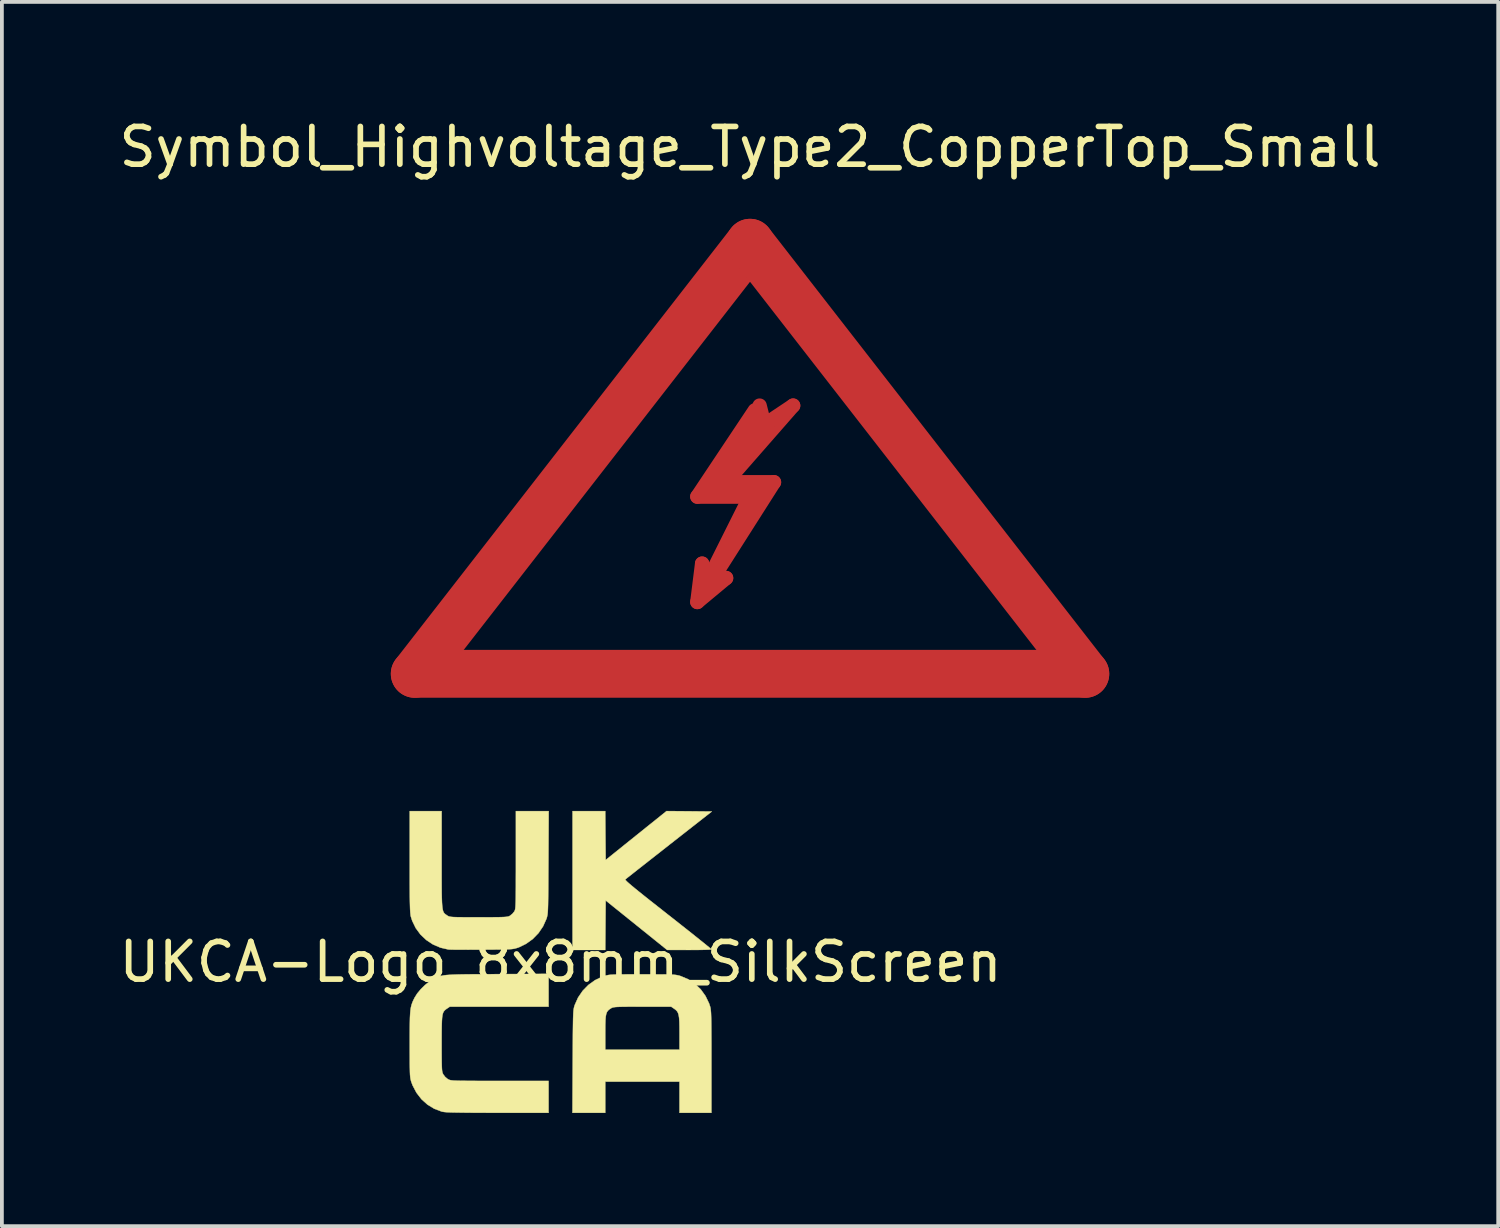
<source format=kicad_pcb>
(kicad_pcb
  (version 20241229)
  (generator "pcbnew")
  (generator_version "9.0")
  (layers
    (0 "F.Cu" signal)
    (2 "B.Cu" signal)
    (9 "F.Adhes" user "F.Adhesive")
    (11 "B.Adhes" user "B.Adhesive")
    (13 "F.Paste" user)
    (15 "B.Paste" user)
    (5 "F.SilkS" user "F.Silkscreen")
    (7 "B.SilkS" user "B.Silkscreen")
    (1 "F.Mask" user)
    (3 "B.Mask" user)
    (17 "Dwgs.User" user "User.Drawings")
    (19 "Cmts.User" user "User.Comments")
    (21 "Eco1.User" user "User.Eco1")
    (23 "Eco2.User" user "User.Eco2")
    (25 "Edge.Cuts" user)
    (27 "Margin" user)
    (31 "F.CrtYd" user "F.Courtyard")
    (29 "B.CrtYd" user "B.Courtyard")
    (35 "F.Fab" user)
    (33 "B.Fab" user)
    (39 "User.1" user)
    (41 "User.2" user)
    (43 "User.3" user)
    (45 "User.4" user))
  (footprint "Symbol_Highvoltage_Type2_CopperTop_Small"
    (layer "F.Cu")
    (at 16.839 11.008)
    (property "Reference" "Symbol_Highvoltage_Type2_CopperTop_Small" (at 0 -10.16 0) (layer "F.SilkS") (effects (font (size 1 1) (thickness 0.15))))
    (attr exclude_from_pos_files exclude_from_bom)
    (fp_line (start -8.89 3.81) (end 0 -7.62) (stroke (width 1.27) (type solid)) (layer "F.Cu"))
    (fp_line (start -1.397 -0.889) (end 0 -0.889) (stroke (width 0.381) (type solid)) (layer "F.Cu"))
    (fp_line (start -1.397 1.905) (end -0.635 1.27) (stroke (width 0.381) (type solid)) (layer "F.Cu"))
    (fp_line (start -1.27 0.889) (end -1.397 1.905) (stroke (width 0.381) (type solid)) (layer "F.Cu"))
    (fp_line (start -1.143 1.397) (end -1.27 0.889) (stroke (width 0.381) (type solid)) (layer "F.Cu"))
    (fp_line (start -1.143 1.524) (end 0.635 -1.27) (stroke (width 0.381) (type solid)) (layer "F.Cu"))
    (fp_line (start -1.016 -1.016) (end 0.254 -1.016) (stroke (width 0.381) (type solid)) (layer "F.Cu"))
    (fp_line (start -0.635 -1.27) (end 1.143 -3.302) (stroke (width 0.381) (type solid)) (layer "F.Cu"))
    (fp_line (start -0.635 1.27) (end -1.143 1.524) (stroke (width 0.381) (type solid)) (layer "F.Cu"))
    (fp_line (start 0 -7.62) (end 8.89 3.81) (stroke (width 1.27) (type solid)) (layer "F.Cu"))
    (fp_line (start 0 -0.889) (end -1.143 1.397) (stroke (width 0.381) (type solid)) (layer "F.Cu"))
    (fp_line (start 0.127 -3.175) (end -1.397 -0.889) (stroke (width 0.381) (type solid)) (layer "F.Cu"))
    (fp_line (start 0.381 -2.921) (end -1.016 -1.016) (stroke (width 0.381) (type solid)) (layer "F.Cu"))
    (fp_line (start 0.381 -2.794) (end 0.254 -3.302) (stroke (width 0.381) (type solid)) (layer "F.Cu"))
    (fp_line (start 0.635 -1.27) (end -0.635 -1.27) (stroke (width 0.381) (type solid)) (layer "F.Cu"))
    (fp_line (start 1.143 -3.302) (end 0.381 -2.794) (stroke (width 0.381) (type solid)) (layer "F.Cu"))
    (fp_line (start 8.89 3.81) (end -8.89 3.81) (stroke (width 1.27) (type solid)) (layer "F.Cu")))
  (footprint "UKCA-Logo_8x8mm_SilkScreen"
    (layer "F.Cu")
    (at 11.815 22.459)
    (property "Reference" "UKCA-Logo_8x8mm_SilkScreen" (at 0 0 0) (layer "F.SilkS") (effects (font (size 1 1) (thickness 0.15))))
    (attr exclude_from_pos_files exclude_from_bom)
    (fp_poly (pts (xy 3.41 -3.996) (xy 4.01 -3.99) (xy 2.878 -3.103) (xy 2.686 -2.952) (xy 2.504 -2.809) (xy 2.334 -2.676) (xy 2.179 -2.554) (xy 2.041 -2.446) (xy 1.925 -2.354) (xy 1.831 -2.28) (xy 1.764 -2.227) (xy 1.726 -2.197) (xy 1.718 -2.19) (xy 1.718 -2.181) (xy 1.732 -2.162) (xy 1.762 -2.131) (xy 1.809 -2.089) (xy 1.875 -2.032) (xy 1.963 -1.959) (xy 2.075 -1.868) (xy 2.211 -1.759) (xy 2.375 -1.628) (xy 2.569 -1.476) (xy 2.793 -1.299) (xy 2.845 -1.258) (xy 3.038 -1.107) (xy 3.221 -0.962) (xy 3.391 -0.828) (xy 3.546 -0.705) (xy 3.682 -0.596) (xy 3.798 -0.503) (xy 3.89 -0.428) (xy 3.956 -0.374) (xy 3.993 -0.342) (xy 4 -0.334) (xy 3.98 -0.33) (xy 3.923 -0.326) (xy 3.834 -0.323) (xy 3.719 -0.32) (xy 3.583 -0.319) (xy 3.432 -0.318) (xy 3.413 -0.318) (xy 2.826 -0.319) (xy 2.011 -0.975) (xy 1.196 -1.631) (xy 1.185 -0.318) (xy 0.318 -0.318) (xy 0.318 -4) (xy 1.185 -4) (xy 1.19 -3.352) (xy 1.196 -2.704) (xy 2.003 -3.353) (xy 2.81 -4.001) (xy 3.41 -3.996)) (stroke (width 0.01) (type solid)) (fill yes) (layer "F.SilkS"))
    (fp_poly (pts (xy 2.385 0.328) (xy 2.562 0.329) (xy 2.706 0.329) (xy 2.822 0.331) (xy 2.913 0.334) (xy 2.984 0.337) (xy 3.04 0.342) (xy 3.085 0.349) (xy 3.124 0.357) (xy 3.161 0.367) (xy 3.186 0.375) (xy 3.384 0.459) (xy 3.562 0.578) (xy 3.717 0.727) (xy 3.844 0.904) (xy 3.939 1.102) (xy 3.966 1.184) (xy 3.973 1.212) (xy 3.979 1.246) (xy 3.984 1.291) (xy 3.989 1.349) (xy 3.992 1.423) (xy 3.995 1.518) (xy 3.997 1.635) (xy 3.998 1.779) (xy 3.999 1.953) (xy 4 2.159) (xy 4 2.402) (xy 4 2.65) (xy 4 4) (xy 3.154 4) (xy 3.154 3.175) (xy 1.185 3.175) (xy 1.185 4) (xy 0.315 4) (xy 0.322 2.641) (xy 0.324 2.367) (xy 0.324 2.328) (xy 1.185 2.328) (xy 3.154 2.328) (xy 3.154 1.882) (xy 3.153 1.714) (xy 3.15 1.582) (xy 3.143 1.481) (xy 3.131 1.405) (xy 3.113 1.349) (xy 3.088 1.306) (xy 3.054 1.271) (xy 3.009 1.237) (xy 3.008 1.237) (xy 2.932 1.185) (xy 2.17 1.185) (xy 1.969 1.186) (xy 1.807 1.186) (xy 1.678 1.187) (xy 1.577 1.189) (xy 1.502 1.192) (xy 1.446 1.196) (xy 1.406 1.202) (xy 1.377 1.209) (xy 1.355 1.218) (xy 1.339 1.228) (xy 1.292 1.258) (xy 1.256 1.291) (xy 1.229 1.33) (xy 1.21 1.382) (xy 1.197 1.452) (xy 1.19 1.546) (xy 1.186 1.671) (xy 1.185 1.83) (xy 1.185 1.868) (xy 1.185 2.328) (xy 0.324 2.328) (xy 0.325 2.132) (xy 0.326 1.933) (xy 0.328 1.767) (xy 0.33 1.629) (xy 0.332 1.516) (xy 0.335 1.426) (xy 0.338 1.355) (xy 0.342 1.299) (xy 0.347 1.254) (xy 0.354 1.219) (xy 0.361 1.189) (xy 0.369 1.161) (xy 0.376 1.141) (xy 0.464 0.944) (xy 0.586 0.765) (xy 0.737 0.61) (xy 0.912 0.484) (xy 1.105 0.391) (xy 1.153 0.375) (xy 1.191 0.363) (xy 1.228 0.354) (xy 1.269 0.346) (xy 1.317 0.34) (xy 1.378 0.336) (xy 1.455 0.333) (xy 1.554 0.33) (xy 1.679 0.329) (xy 1.834 0.328) (xy 2.024 0.328) (xy 2.17 0.328) (xy 2.385 0.328)) (stroke (width 0.01) (type solid)) (fill yes) (layer "F.SilkS"))
    (fp_poly (pts (xy -0.318 1.185) (xy -2.936 1.185) (xy -3.008 1.233) (xy -3.045 1.259) (xy -3.074 1.284) (xy -3.098 1.314) (xy -3.117 1.353) (xy -3.131 1.405) (xy -3.141 1.474) (xy -3.147 1.565) (xy -3.151 1.683) (xy -3.153 1.831) (xy -3.154 2.013) (xy -3.154 2.167) (xy -3.154 2.363) (xy -3.153 2.522) (xy -3.152 2.648) (xy -3.15 2.745) (xy -3.147 2.819) (xy -3.143 2.873) (xy -3.137 2.912) (xy -3.129 2.941) (xy -3.119 2.965) (xy -3.109 2.984) (xy -3.06 3.048) (xy -2.996 3.102) (xy -2.984 3.109) (xy -2.967 3.118) (xy -2.949 3.126) (xy -2.926 3.133) (xy -2.895 3.138) (xy -2.853 3.143) (xy -2.797 3.146) (xy -2.722 3.149) (xy -2.627 3.151) (xy -2.507 3.152) (xy -2.359 3.153) (xy -2.18 3.154) (xy -1.967 3.154) (xy -1.716 3.154) (xy -1.611 3.154) (xy -0.318 3.154) (xy -0.318 4) (xy -1.677 3.999) (xy -1.961 3.999) (xy -2.206 3.998) (xy -2.415 3.997) (xy -2.59 3.995) (xy -2.735 3.993) (xy -2.854 3.991) (xy -2.949 3.988) (xy -3.023 3.984) (xy -3.079 3.979) (xy -3.121 3.973) (xy -3.151 3.967) (xy -3.151 3.967) (xy -3.35 3.892) (xy -3.53 3.782) (xy -3.689 3.639) (xy -3.821 3.468) (xy -3.923 3.274) (xy -3.952 3.197) (xy -3.964 3.162) (xy -3.973 3.127) (xy -3.981 3.089) (xy -3.987 3.043) (xy -3.992 2.985) (xy -3.995 2.91) (xy -3.997 2.813) (xy -3.999 2.691) (xy -3.999 2.539) (xy -4 2.352) (xy -4 2.19) (xy -4 1.959) (xy -3.999 1.766) (xy -3.997 1.606) (xy -3.994 1.474) (xy -3.988 1.367) (xy -3.98 1.279) (xy -3.969 1.206) (xy -3.954 1.144) (xy -3.935 1.087) (xy -3.912 1.031) (xy -3.883 0.972) (xy -3.871 0.947) (xy -3.802 0.837) (xy -3.706 0.721) (xy -3.594 0.611) (xy -3.479 0.519) (xy -3.379 0.459) (xy -3.328 0.434) (xy -3.283 0.412) (xy -3.24 0.394) (xy -3.197 0.378) (xy -3.149 0.366) (xy -3.094 0.355) (xy -3.028 0.347) (xy -2.946 0.341) (xy -2.847 0.336) (xy -2.726 0.332) (xy -2.58 0.329) (xy -2.405 0.327) (xy -2.198 0.326) (xy -1.956 0.324) (xy -1.688 0.323) (xy -0.318 0.315) (xy -0.318 1.185)) (stroke (width 0.01) (type solid)) (fill yes) (layer "F.SilkS"))
    (fp_poly (pts (xy -3.154 -2.715) (xy -3.154 -2.439) (xy -3.154 -2.202) (xy -3.153 -2.002) (xy -3.152 -1.834) (xy -3.149 -1.695) (xy -3.145 -1.583) (xy -3.139 -1.494) (xy -3.131 -1.425) (xy -3.121 -1.372) (xy -3.108 -1.332) (xy -3.092 -1.303) (xy -3.073 -1.281) (xy -3.05 -1.262) (xy -3.023 -1.244) (xy -3.008 -1.233) (xy -2.988 -1.221) (xy -2.968 -1.211) (xy -2.942 -1.203) (xy -2.907 -1.197) (xy -2.858 -1.192) (xy -2.79 -1.189) (xy -2.699 -1.187) (xy -2.581 -1.186) (xy -2.43 -1.186) (xy -2.244 -1.185) (xy -2.172 -1.185) (xy -1.971 -1.186) (xy -1.808 -1.186) (xy -1.679 -1.187) (xy -1.578 -1.189) (xy -1.502 -1.192) (xy -1.447 -1.196) (xy -1.406 -1.202) (xy -1.377 -1.209) (xy -1.355 -1.218) (xy -1.339 -1.228) (xy -1.279 -1.276) (xy -1.229 -1.336) (xy -1.228 -1.339) (xy -1.219 -1.354) (xy -1.212 -1.372) (xy -1.205 -1.395) (xy -1.2 -1.428) (xy -1.196 -1.473) (xy -1.193 -1.533) (xy -1.19 -1.613) (xy -1.188 -1.714) (xy -1.187 -1.842) (xy -1.186 -1.997) (xy -1.186 -2.185) (xy -1.185 -2.409) (xy -1.185 -2.671) (xy -1.185 -2.704) (xy -1.185 -4) (xy -0.315 -4) (xy -0.322 -2.641) (xy -0.324 -2.367) (xy -0.325 -2.132) (xy -0.326 -1.933) (xy -0.328 -1.767) (xy -0.33 -1.629) (xy -0.332 -1.516) (xy -0.335 -1.426) (xy -0.338 -1.355) (xy -0.342 -1.299) (xy -0.347 -1.254) (xy -0.354 -1.219) (xy -0.361 -1.189) (xy -0.369 -1.161) (xy -0.376 -1.141) (xy -0.464 -0.945) (xy -0.586 -0.765) (xy -0.738 -0.609) (xy -0.914 -0.482) (xy -1.107 -0.388) (xy -1.141 -0.376) (xy -1.179 -0.365) (xy -1.216 -0.355) (xy -1.257 -0.347) (xy -1.307 -0.341) (xy -1.371 -0.337) (xy -1.453 -0.333) (xy -1.558 -0.331) (xy -1.69 -0.329) (xy -1.855 -0.328) (xy -2.057 -0.326) (xy -2.095 -0.326) (xy -2.28 -0.326) (xy -2.453 -0.325) (xy -2.609 -0.326) (xy -2.744 -0.326) (xy -2.853 -0.327) (xy -2.931 -0.329) (xy -2.971 -0.331) (xy -2.974 -0.331) (xy -3.186 -0.38) (xy -3.384 -0.465) (xy -3.562 -0.583) (xy -3.716 -0.729) (xy -3.841 -0.899) (xy -3.934 -1.091) (xy -3.969 -1.2) (xy -3.976 -1.231) (xy -3.981 -1.272) (xy -3.986 -1.327) (xy -3.99 -1.397) (xy -3.993 -1.487) (xy -3.996 -1.6) (xy -3.998 -1.739) (xy -3.999 -1.907) (xy -4 -2.107) (xy -4 -2.343) (xy -4 -2.617) (xy -4 -2.661) (xy -4 -4) (xy -3.154 -4) (xy -3.154 -2.715)) (stroke (width 0.01) (type solid)) (fill yes) (layer "F.SilkS")))
  (gr_rect
    (start -3 -3)
    (end 36.679 29.465)
    (stroke (width 0.1) (type default))
    (fill no)
    (layer "Edge.Cuts")))
</source>
